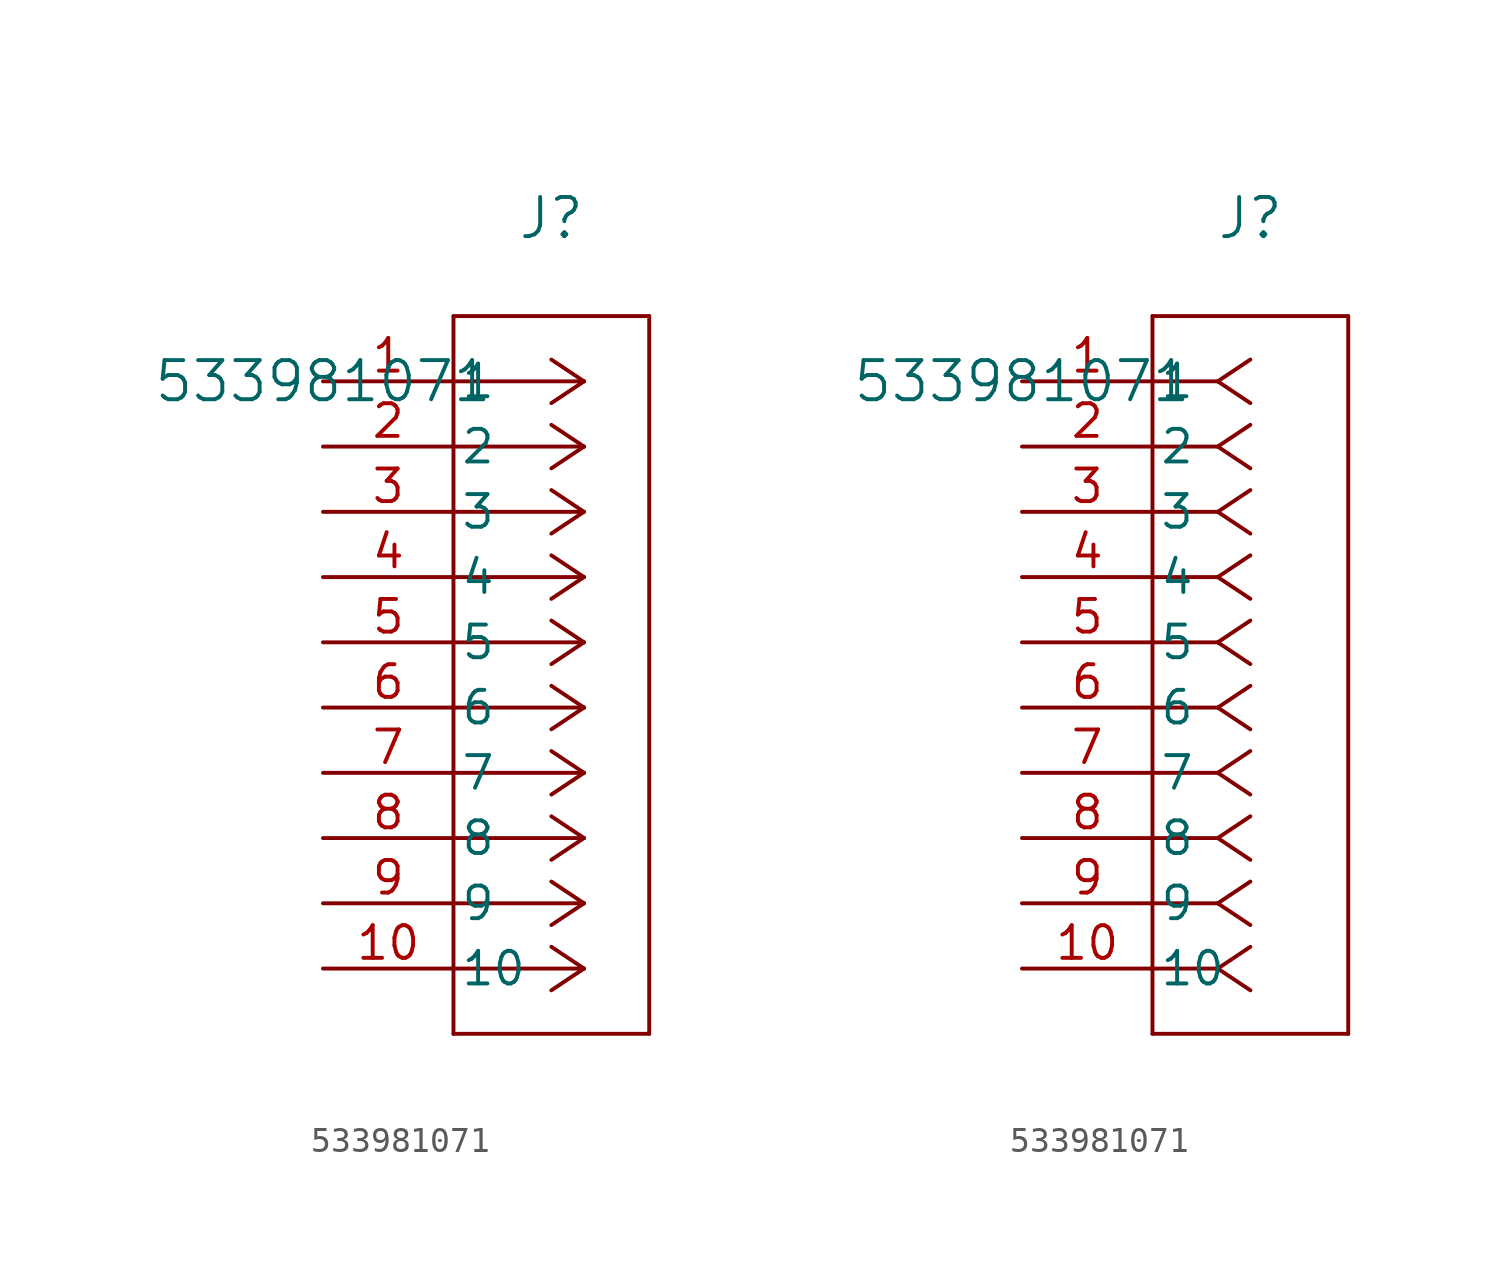
<source format=kicad_sym>
(kicad_symbol_lib
  (version 20211014)
  (generator kicad_symbol_editor)
  (symbol "533981071"
    (pin_names
      (offset 0.254))
    (property "Reference" "J"
      (at 8.89 6.35 0)
      (effects (font (size 1.524 1.524))))
    (property "Value" "533981071"
      (at 0 0 0)
      (effects (font (size 1.524 1.524))))
    (symbol "533981071_1_1"
      (polyline (pts (xy 10.16 0) (xy 5.08 0)) (stroke (width 0) (type default) (color 0 0 0 0)) (fill (type none)))
      (polyline (pts (xy 10.16 -2.54) (xy 5.08 -2.54)) (stroke (width 0) (type default) (color 0 0 0 0)) (fill (type none)))
      (polyline (pts (xy 10.16 -5.08) (xy 5.08 -5.08)) (stroke (width 0) (type default) (color 0 0 0 0)) (fill (type none)))
      (polyline (pts (xy 10.16 -7.62) (xy 5.08 -7.62)) (stroke (width 0) (type default) (color 0 0 0 0)) (fill (type none)))
      (polyline (pts (xy 10.16 -10.16) (xy 5.08 -10.16)) (stroke (width 0) (type default) (color 0 0 0 0)) (fill (type none)))
      (polyline (pts (xy 10.16 -12.7) (xy 5.08 -12.7)) (stroke (width 0) (type default) (color 0 0 0 0)) (fill (type none)))
      (polyline (pts (xy 10.16 -15.24) (xy 5.08 -15.24)) (stroke (width 0) (type default) (color 0 0 0 0)) (fill (type none)))
      (polyline (pts (xy 10.16 -17.78) (xy 5.08 -17.78)) (stroke (width 0) (type default) (color 0 0 0 0)) (fill (type none)))
      (polyline (pts (xy 10.16 -20.32) (xy 5.08 -20.32)) (stroke (width 0) (type default) (color 0 0 0 0)) (fill (type none)))
      (polyline (pts (xy 10.16 -22.86) (xy 5.08 -22.86)) (stroke (width 0) (type default) (color 0 0 0 0)) (fill (type none)))
      (polyline (pts (xy 10.16 0) (xy 8.89 0.847)) (stroke (width 0) (type default) (color 0 0 0 0)) (fill (type none)))
      (polyline (pts (xy 10.16 -2.54) (xy 8.89 -1.693)) (stroke (width 0) (type default) (color 0 0 0 0)) (fill (type none)))
      (polyline (pts (xy 10.16 -5.08) (xy 8.89 -4.233)) (stroke (width 0) (type default) (color 0 0 0 0)) (fill (type none)))
      (polyline (pts (xy 10.16 -7.62) (xy 8.89 -6.773)) (stroke (width 0) (type default) (color 0 0 0 0)) (fill (type none)))
      (polyline (pts (xy 10.16 -10.16) (xy 8.89 -9.313)) (stroke (width 0) (type default) (color 0 0 0 0)) (fill (type none)))
      (polyline (pts (xy 10.16 -12.7) (xy 8.89 -11.853)) (stroke (width 0) (type default) (color 0 0 0 0)) (fill (type none)))
      (polyline (pts (xy 10.16 -15.24) (xy 8.89 -14.393)) (stroke (width 0) (type default) (color 0 0 0 0)) (fill (type none)))
      (polyline (pts (xy 10.16 -17.78) (xy 8.89 -16.933)) (stroke (width 0) (type default) (color 0 0 0 0)) (fill (type none)))
      (polyline (pts (xy 10.16 -20.32) (xy 8.89 -19.473)) (stroke (width 0) (type default) (color 0 0 0 0)) (fill (type none)))
      (polyline (pts (xy 10.16 -22.86) (xy 8.89 -22.013)) (stroke (width 0) (type default) (color 0 0 0 0)) (fill (type none)))
      (polyline (pts (xy 10.16 0) (xy 8.89 -0.847)) (stroke (width 0) (type default) (color 0 0 0 0)) (fill (type none)))
      (polyline (pts (xy 10.16 -2.54) (xy 8.89 -3.387)) (stroke (width 0) (type default) (color 0 0 0 0)) (fill (type none)))
      (polyline (pts (xy 10.16 -5.08) (xy 8.89 -5.927)) (stroke (width 0) (type default) (color 0 0 0 0)) (fill (type none)))
      (polyline (pts (xy 10.16 -7.62) (xy 8.89 -8.467)) (stroke (width 0) (type default) (color 0 0 0 0)) (fill (type none)))
      (polyline (pts (xy 10.16 -10.16) (xy 8.89 -11.007)) (stroke (width 0) (type default) (color 0 0 0 0)) (fill (type none)))
      (polyline (pts (xy 10.16 -12.7) (xy 8.89 -13.547)) (stroke (width 0) (type default) (color 0 0 0 0)) (fill (type none)))
      (polyline (pts (xy 10.16 -15.24) (xy 8.89 -16.087)) (stroke (width 0) (type default) (color 0 0 0 0)) (fill (type none)))
      (polyline (pts (xy 10.16 -17.78) (xy 8.89 -18.627)) (stroke (width 0) (type default) (color 0 0 0 0)) (fill (type none)))
      (polyline (pts (xy 10.16 -20.32) (xy 8.89 -21.167)) (stroke (width 0) (type default) (color 0 0 0 0)) (fill (type none)))
      (polyline (pts (xy 10.16 -22.86) (xy 8.89 -23.707)) (stroke (width 0) (type default) (color 0 0 0 0)) (fill (type none)))
      (polyline (pts (xy 5.08 2.54) (xy 5.08 -25.4)) (stroke (width 0) (type default) (color 0 0 0 0)) (fill (type none)))
      (polyline (pts (xy 5.08 -25.4) (xy 12.7 -25.4)) (stroke (width 0) (type default) (color 0 0 0 0)) (fill (type none)))
      (polyline (pts (xy 12.7 -25.4) (xy 12.7 2.54)) (stroke (width 0) (type default) (color 0 0 0 0)) (fill (type none)))
      (polyline (pts (xy 12.7 2.54) (xy 5.08 2.54)) (stroke (width 0) (type default) (color 0 0 0 0)) (fill (type none)))
      (pin unspecified line (at 0 0 0) (length 5.08) (name "1" (effects (font (size 1.27 1.27)))) (number "1" (effects (font (size 1.27 1.27)))))
      (pin unspecified line (at 0 -2.54 0) (length 5.08) (name "2" (effects (font (size 1.27 1.27)))) (number "2" (effects (font (size 1.27 1.27)))))
      (pin unspecified line (at 0 -5.08 0) (length 5.08) (name "3" (effects (font (size 1.27 1.27)))) (number "3" (effects (font (size 1.27 1.27)))))
      (pin unspecified line (at 0 -7.62 0) (length 5.08) (name "4" (effects (font (size 1.27 1.27)))) (number "4" (effects (font (size 1.27 1.27)))))
      (pin unspecified line (at 0 -10.16 0) (length 5.08) (name "5" (effects (font (size 1.27 1.27)))) (number "5" (effects (font (size 1.27 1.27)))))
      (pin unspecified line (at 0 -12.7 0) (length 5.08) (name "6" (effects (font (size 1.27 1.27)))) (number "6" (effects (font (size 1.27 1.27)))))
      (pin unspecified line (at 0 -15.24 0) (length 5.08) (name "7" (effects (font (size 1.27 1.27)))) (number "7" (effects (font (size 1.27 1.27)))))
      (pin unspecified line (at 0 -17.78 0) (length 5.08) (name "8" (effects (font (size 1.27 1.27)))) (number "8" (effects (font (size 1.27 1.27)))))
      (pin unspecified line (at 0 -20.32 0) (length 5.08) (name "9" (effects (font (size 1.27 1.27)))) (number "9" (effects (font (size 1.27 1.27)))))
      (pin unspecified line (at 0 -22.86 0) (length 5.08) (name "10" (effects (font (size 1.27 1.27)))) (number "10" (effects (font (size 1.27 1.27))))))
    (symbol "533981071_1_2"
      (polyline (pts (xy 7.62 0) (xy 5.08 0)) (stroke (width 0) (type default) (color 0 0 0 0)) (fill (type none)))
      (polyline (pts (xy 7.62 -2.54) (xy 5.08 -2.54)) (stroke (width 0) (type default) (color 0 0 0 0)) (fill (type none)))
      (polyline (pts (xy 7.62 -5.08) (xy 5.08 -5.08)) (stroke (width 0) (type default) (color 0 0 0 0)) (fill (type none)))
      (polyline (pts (xy 7.62 -7.62) (xy 5.08 -7.62)) (stroke (width 0) (type default) (color 0 0 0 0)) (fill (type none)))
      (polyline (pts (xy 7.62 -10.16) (xy 5.08 -10.16)) (stroke (width 0) (type default) (color 0 0 0 0)) (fill (type none)))
      (polyline (pts (xy 7.62 -12.7) (xy 5.08 -12.7)) (stroke (width 0) (type default) (color 0 0 0 0)) (fill (type none)))
      (polyline (pts (xy 7.62 -15.24) (xy 5.08 -15.24)) (stroke (width 0) (type default) (color 0 0 0 0)) (fill (type none)))
      (polyline (pts (xy 7.62 -17.78) (xy 5.08 -17.78)) (stroke (width 0) (type default) (color 0 0 0 0)) (fill (type none)))
      (polyline (pts (xy 7.62 -20.32) (xy 5.08 -20.32)) (stroke (width 0) (type default) (color 0 0 0 0)) (fill (type none)))
      (polyline (pts (xy 7.62 -22.86) (xy 5.08 -22.86)) (stroke (width 0) (type default) (color 0 0 0 0)) (fill (type none)))
      (polyline (pts (xy 7.62 0) (xy 8.89 0.847)) (stroke (width 0) (type default) (color 0 0 0 0)) (fill (type none)))
      (polyline (pts (xy 7.62 -2.54) (xy 8.89 -1.693)) (stroke (width 0) (type default) (color 0 0 0 0)) (fill (type none)))
      (polyline (pts (xy 7.62 -5.08) (xy 8.89 -4.233)) (stroke (width 0) (type default) (color 0 0 0 0)) (fill (type none)))
      (polyline (pts (xy 7.62 -7.62) (xy 8.89 -6.773)) (stroke (width 0) (type default) (color 0 0 0 0)) (fill (type none)))
      (polyline (pts (xy 7.62 -10.16) (xy 8.89 -9.313)) (stroke (width 0) (type default) (color 0 0 0 0)) (fill (type none)))
      (polyline (pts (xy 7.62 -12.7) (xy 8.89 -11.853)) (stroke (width 0) (type default) (color 0 0 0 0)) (fill (type none)))
      (polyline (pts (xy 7.62 -15.24) (xy 8.89 -14.393)) (stroke (width 0) (type default) (color 0 0 0 0)) (fill (type none)))
      (polyline (pts (xy 7.62 -17.78) (xy 8.89 -16.933)) (stroke (width 0) (type default) (color 0 0 0 0)) (fill (type none)))
      (polyline (pts (xy 7.62 -20.32) (xy 8.89 -19.473)) (stroke (width 0) (type default) (color 0 0 0 0)) (fill (type none)))
      (polyline (pts (xy 7.62 -22.86) (xy 8.89 -22.013)) (stroke (width 0) (type default) (color 0 0 0 0)) (fill (type none)))
      (polyline (pts (xy 7.62 0) (xy 8.89 -0.847)) (stroke (width 0) (type default) (color 0 0 0 0)) (fill (type none)))
      (polyline (pts (xy 7.62 -2.54) (xy 8.89 -3.387)) (stroke (width 0) (type default) (color 0 0 0 0)) (fill (type none)))
      (polyline (pts (xy 7.62 -5.08) (xy 8.89 -5.927)) (stroke (width 0) (type default) (color 0 0 0 0)) (fill (type none)))
      (polyline (pts (xy 7.62 -7.62) (xy 8.89 -8.467)) (stroke (width 0) (type default) (color 0 0 0 0)) (fill (type none)))
      (polyline (pts (xy 7.62 -10.16) (xy 8.89 -11.007)) (stroke (width 0) (type default) (color 0 0 0 0)) (fill (type none)))
      (polyline (pts (xy 7.62 -12.7) (xy 8.89 -13.547)) (stroke (width 0) (type default) (color 0 0 0 0)) (fill (type none)))
      (polyline (pts (xy 7.62 -15.24) (xy 8.89 -16.087)) (stroke (width 0) (type default) (color 0 0 0 0)) (fill (type none)))
      (polyline (pts (xy 7.62 -17.78) (xy 8.89 -18.627)) (stroke (width 0) (type default) (color 0 0 0 0)) (fill (type none)))
      (polyline (pts (xy 7.62 -20.32) (xy 8.89 -21.167)) (stroke (width 0) (type default) (color 0 0 0 0)) (fill (type none)))
      (polyline (pts (xy 7.62 -22.86) (xy 8.89 -23.707)) (stroke (width 0) (type default) (color 0 0 0 0)) (fill (type none)))
      (polyline (pts (xy 5.08 2.54) (xy 5.08 -25.4)) (stroke (width 0) (type default) (color 0 0 0 0)) (fill (type none)))
      (polyline (pts (xy 5.08 -25.4) (xy 12.7 -25.4)) (stroke (width 0) (type default) (color 0 0 0 0)) (fill (type none)))
      (polyline (pts (xy 12.7 -25.4) (xy 12.7 2.54)) (stroke (width 0) (type default) (color 0 0 0 0)) (fill (type none)))
      (polyline (pts (xy 12.7 2.54) (xy 5.08 2.54)) (stroke (width 0) (type default) (color 0 0 0 0)) (fill (type none)))
      (pin unspecified line (at 0 0 0) (length 5.08) (name "1" (effects (font (size 1.27 1.27)))) (number "1" (effects (font (size 1.27 1.27)))))
      (pin unspecified line (at 0 -2.54 0) (length 5.08) (name "2" (effects (font (size 1.27 1.27)))) (number "2" (effects (font (size 1.27 1.27)))))
      (pin unspecified line (at 0 -5.08 0) (length 5.08) (name "3" (effects (font (size 1.27 1.27)))) (number "3" (effects (font (size 1.27 1.27)))))
      (pin unspecified line (at 0 -7.62 0) (length 5.08) (name "4" (effects (font (size 1.27 1.27)))) (number "4" (effects (font (size 1.27 1.27)))))
      (pin unspecified line (at 0 -10.16 0) (length 5.08) (name "5" (effects (font (size 1.27 1.27)))) (number "5" (effects (font (size 1.27 1.27)))))
      (pin unspecified line (at 0 -12.7 0) (length 5.08) (name "6" (effects (font (size 1.27 1.27)))) (number "6" (effects (font (size 1.27 1.27)))))
      (pin unspecified line (at 0 -15.24 0) (length 5.08) (name "7" (effects (font (size 1.27 1.27)))) (number "7" (effects (font (size 1.27 1.27)))))
      (pin unspecified line (at 0 -17.78 0) (length 5.08) (name "8" (effects (font (size 1.27 1.27)))) (number "8" (effects (font (size 1.27 1.27)))))
      (pin unspecified line (at 0 -20.32 0) (length 5.08) (name "9" (effects (font (size 1.27 1.27)))) (number "9" (effects (font (size 1.27 1.27)))))
      (pin unspecified line (at 0 -22.86 0) (length 5.08) (name "10" (effects (font (size 1.27 1.27)))) (number "10" (effects (font (size 1.27 1.27))))))))
</source>
